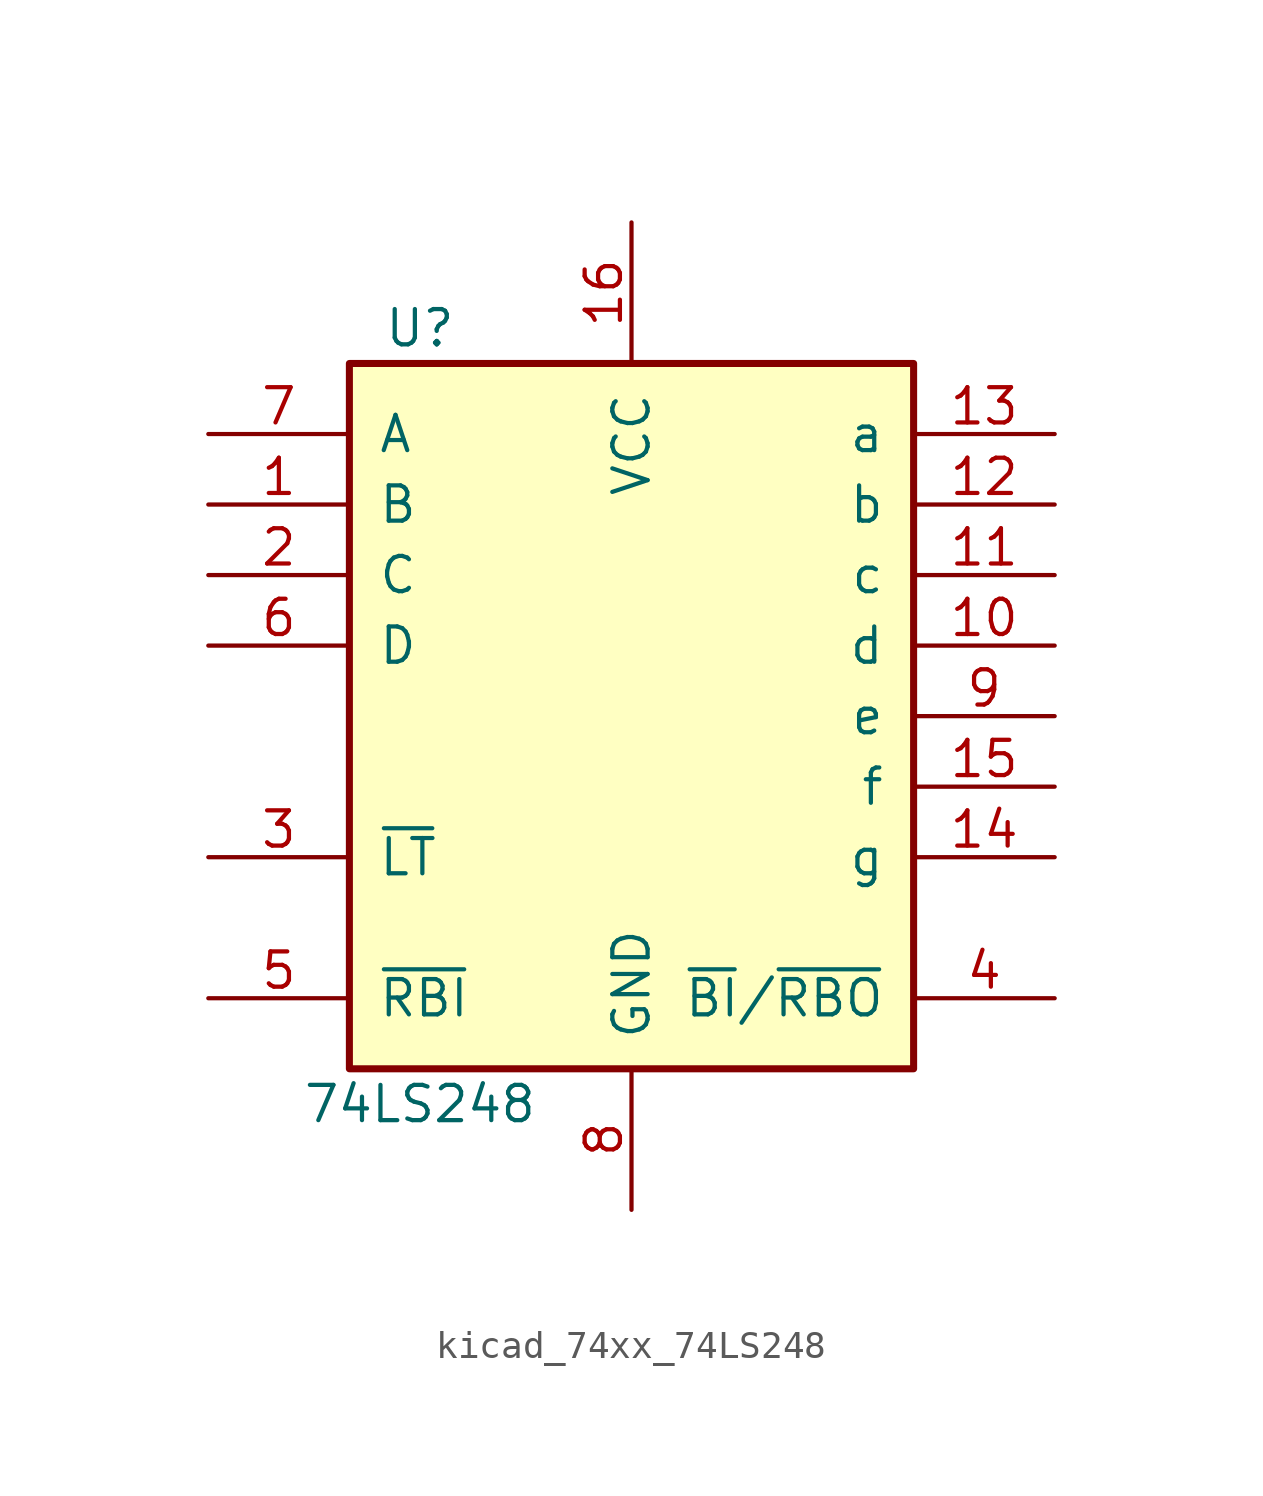
<source format=kicad_sym>
(kicad_symbol_lib
  (version 20220914)
  (generator kicad_symbol_editor)
  (symbol "kicad_74xx_74LS248"
    (pin_names
      (offset 1.016))
    (property "Reference" "U"
      (at -7.62 13.97 0)
      (effects (font (size 1.27 1.27))))
    (property "Value" "74LS248"
      (at -7.62 -13.97 0)
      (effects (font (size 1.27 1.27))))
    (property "ki_locked" ""
      (at 0 0 0)
      (effects (font (size 1.27 1.27))))
    (symbol "kicad_74xx_74LS248_1_0"
      (pin input line (at -15.24 7.62 0) (length 5.08) (name "B" (effects (font (size 1.27 1.27)))) (number "1" (effects (font (size 1.27 1.27)))))
      (pin open_collector line (at 15.24 2.54 180) (length 5.08) (name "d" (effects (font (size 1.27 1.27)))) (number "10" (effects (font (size 1.27 1.27)))))
      (pin open_collector line (at 15.24 5.08 180) (length 5.08) (name "c" (effects (font (size 1.27 1.27)))) (number "11" (effects (font (size 1.27 1.27)))))
      (pin open_collector line (at 15.24 7.62 180) (length 5.08) (name "b" (effects (font (size 1.27 1.27)))) (number "12" (effects (font (size 1.27 1.27)))))
      (pin open_collector line (at 15.24 10.16 180) (length 5.08) (name "a" (effects (font (size 1.27 1.27)))) (number "13" (effects (font (size 1.27 1.27)))))
      (pin open_collector line (at 15.24 -5.08 180) (length 5.08) (name "g" (effects (font (size 1.27 1.27)))) (number "14" (effects (font (size 1.27 1.27)))))
      (pin open_collector line (at 15.24 -2.54 180) (length 5.08) (name "f" (effects (font (size 1.27 1.27)))) (number "15" (effects (font (size 1.27 1.27)))))
      (pin power_in line (at 0 17.78 270) (length 5.08) (name "VCC" (effects (font (size 1.27 1.27)))) (number "16" (effects (font (size 1.27 1.27)))))
      (pin input line (at -15.24 5.08 0) (length 5.08) (name "C" (effects (font (size 1.27 1.27)))) (number "2" (effects (font (size 1.27 1.27)))))
      (pin input line (at -15.24 -5.08 0) (length 5.08) (name "~{LT}" (effects (font (size 1.27 1.27)))) (number "3" (effects (font (size 1.27 1.27)))))
      (pin open_collector line (at 15.24 -10.16 180) (length 5.08) (name "~{BI}/~{RBO}" (effects (font (size 1.27 1.27)))) (number "4" (effects (font (size 1.27 1.27)))))
      (pin input line (at -15.24 -10.16 0) (length 5.08) (name "~{RBI}" (effects (font (size 1.27 1.27)))) (number "5" (effects (font (size 1.27 1.27)))))
      (pin input line (at -15.24 2.54 0) (length 5.08) (name "D" (effects (font (size 1.27 1.27)))) (number "6" (effects (font (size 1.27 1.27)))))
      (pin input line (at -15.24 10.16 0) (length 5.08) (name "A" (effects (font (size 1.27 1.27)))) (number "7" (effects (font (size 1.27 1.27)))))
      (pin power_in line (at 0 -17.78 90) (length 5.08) (name "GND" (effects (font (size 1.27 1.27)))) (number "8" (effects (font (size 1.27 1.27)))))
      (pin open_collector line (at 15.24 0 180) (length 5.08) (name "e" (effects (font (size 1.27 1.27)))) (number "9" (effects (font (size 1.27 1.27))))))
    (symbol "kicad_74xx_74LS248_1_1"
      (rectangle (start -10.16 12.7) (end 10.16 -12.7) (stroke (width 0.254) (type default)) (fill (type background))))))
</source>
